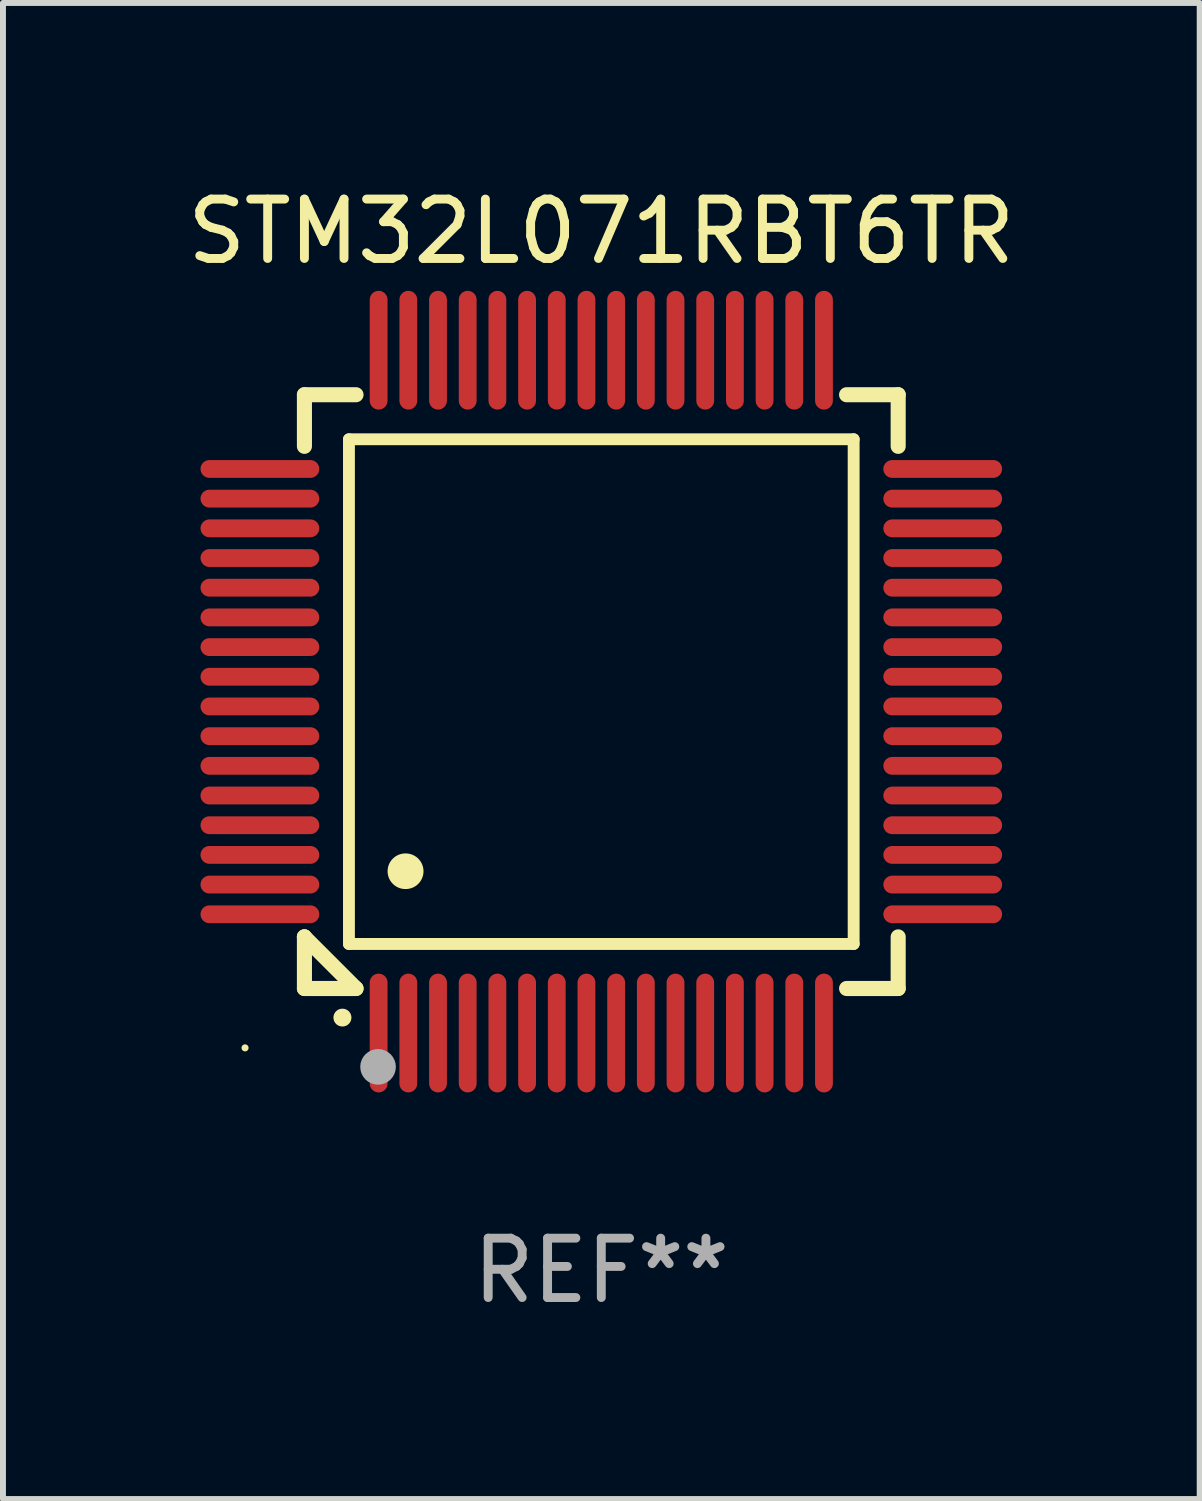
<source format=kicad_pcb>
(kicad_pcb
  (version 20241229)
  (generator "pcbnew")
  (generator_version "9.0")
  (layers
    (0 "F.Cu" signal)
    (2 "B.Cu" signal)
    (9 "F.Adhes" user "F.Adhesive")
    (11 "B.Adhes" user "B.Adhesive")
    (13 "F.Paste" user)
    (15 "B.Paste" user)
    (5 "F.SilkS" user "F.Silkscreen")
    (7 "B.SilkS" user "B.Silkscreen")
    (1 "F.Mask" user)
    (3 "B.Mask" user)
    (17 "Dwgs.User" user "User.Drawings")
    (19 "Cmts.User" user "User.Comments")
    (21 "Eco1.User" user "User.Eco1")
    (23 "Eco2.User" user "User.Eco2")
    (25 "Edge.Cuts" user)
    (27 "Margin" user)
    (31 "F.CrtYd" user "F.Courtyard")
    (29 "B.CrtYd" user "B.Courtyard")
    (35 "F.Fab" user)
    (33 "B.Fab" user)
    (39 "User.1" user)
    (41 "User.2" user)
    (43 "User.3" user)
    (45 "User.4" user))
  (footprint "STM32L071RBT6TR"
    (layer "F.Cu")
    (at 7.077 8.598)
    (property "Reference" "STM32L071RBT6TR" (at 0 -7.75 0) (layer "F.SilkS") (effects (font (size 1 1) (thickness 0.15))))
    (attr through_hole)
    (fp_line (start -5 -5) (end -4.131 -5) (stroke (width 0.254) (type solid)) (layer "F.SilkS"))
    (fp_line (start -5 -4.131) (end -5 -5) (stroke (width 0.254) (type solid)) (layer "F.SilkS"))
    (fp_line (start -5 4.131) (end -5 4.131) (stroke (width 0.254) (type solid)) (layer "F.SilkS"))
    (fp_line (start -5 5) (end -5 4.131) (stroke (width 0.254) (type solid)) (layer "F.SilkS"))
    (fp_line (start -5 4.131) (end -4.131 5) (stroke (width 0.254) (type solid)) (layer "F.SilkS"))
    (fp_line (start -4.25 -4.25) (end -4.25 4.25) (stroke (width 0.2) (type solid)) (layer "F.SilkS"))
    (fp_line (start -4.25 4.25) (end 4.25 4.25) (stroke (width 0.2) (type solid)) (layer "F.SilkS"))
    (fp_line (start -4.131 5) (end -5 5) (stroke (width 0.254) (type solid)) (layer "F.SilkS"))
    (fp_line (start 4.25 -4.25) (end -4.25 -4.25) (stroke (width 0.2) (type solid)) (layer "F.SilkS"))
    (fp_line (start 4.25 4.25) (end 4.25 -4.25) (stroke (width 0.2) (type solid)) (layer "F.SilkS"))
    (fp_line (start 5 -5) (end 4.131 -5) (stroke (width 0.254) (type solid)) (layer "F.SilkS"))
    (fp_line (start 5 -5) (end 5 -4.131) (stroke (width 0.254) (type solid)) (layer "F.SilkS"))
    (fp_line (start 5 4.131) (end 5 5) (stroke (width 0.254) (type solid)) (layer "F.SilkS"))
    (fp_line (start 5 5) (end 4.131 5) (stroke (width 0.254) (type solid)) (layer "F.SilkS"))
    (fp_arc (start -4.361265 5.489992) (mid -4.359995 5.489987) (end -4.358725 5.489992) (stroke (width 0.3) (type solid)) (layer "F.SilkS"))
    (fp_arc (start -3.299467 3.025146) (mid -3.296927 3.025135) (end -3.294387 3.025146) (stroke (width 0.6) (type solid)) (layer "F.SilkS"))
    (fp_circle (center -6 6) (end -5.97 6) (stroke (width 0.06) (type solid)) (fill no) (layer "F.SilkS"))
    (fp_circle (center -3.76 6.32) (end -3.61 6.32) (stroke (width 0.3) (type solid)) (fill no) (layer "F.Fab"))
    (fp_text user "REF**" (at 0 9.75 0) (layer "F.Fab") (effects (font (size 1 1) (thickness 0.15))))
    (pad "1" smd oval (at -3.75 5.75) (size 0.3 2) (layers "F.Cu" "F.Mask" "F.Paste"))
    (pad "2" smd oval (at -3.25 5.75) (size 0.3 2) (layers "F.Cu" "F.Mask" "F.Paste"))
    (pad "3" smd oval (at -2.75 5.75) (size 0.3 2) (layers "F.Cu" "F.Mask" "F.Paste"))
    (pad "4" smd oval (at -2.25 5.75) (size 0.3 2) (layers "F.Cu" "F.Mask" "F.Paste"))
    (pad "5" smd oval (at -1.75 5.75) (size 0.3 2) (layers "F.Cu" "F.Mask" "F.Paste"))
    (pad "6" smd oval (at -1.25 5.75) (size 0.3 2) (layers "F.Cu" "F.Mask" "F.Paste"))
    (pad "7" smd oval (at -0.75 5.75) (size 0.3 2) (layers "F.Cu" "F.Mask" "F.Paste"))
    (pad "8" smd oval (at -0.25 5.75) (size 0.3 2) (layers "F.Cu" "F.Mask" "F.Paste"))
    (pad "9" smd oval (at 0.25 5.75) (size 0.3 2) (layers "F.Cu" "F.Mask" "F.Paste"))
    (pad "10" smd oval (at 0.75 5.75) (size 0.3 2) (layers "F.Cu" "F.Mask" "F.Paste"))
    (pad "11" smd oval (at 1.25 5.75) (size 0.3 2) (layers "F.Cu" "F.Mask" "F.Paste"))
    (pad "12" smd oval (at 1.75 5.75) (size 0.3 2) (layers "F.Cu" "F.Mask" "F.Paste"))
    (pad "13" smd oval (at 2.25 5.75) (size 0.3 2) (layers "F.Cu" "F.Mask" "F.Paste"))
    (pad "14" smd oval (at 2.75 5.75) (size 0.3 2) (layers "F.Cu" "F.Mask" "F.Paste"))
    (pad "15" smd oval (at 3.25 5.75) (size 0.3 2) (layers "F.Cu" "F.Mask" "F.Paste"))
    (pad "16" smd oval (at 3.75 5.75) (size 0.3 2) (layers "F.Cu" "F.Mask" "F.Paste"))
    (pad "17" smd oval (at 5.75 3.75) (size 2 0.3) (layers "F.Cu" "F.Mask" "F.Paste"))
    (pad "18" smd oval (at 5.75 3.25) (size 2 0.3) (layers "F.Cu" "F.Mask" "F.Paste"))
    (pad "19" smd oval (at 5.75 2.75) (size 2 0.3) (layers "F.Cu" "F.Mask" "F.Paste"))
    (pad "20" smd oval (at 5.75 2.25) (size 2 0.3) (layers "F.Cu" "F.Mask" "F.Paste"))
    (pad "21" smd oval (at 5.75 1.75) (size 2 0.3) (layers "F.Cu" "F.Mask" "F.Paste"))
    (pad "22" smd oval (at 5.75 1.25) (size 2 0.3) (layers "F.Cu" "F.Mask" "F.Paste"))
    (pad "23" smd oval (at 5.75 0.75) (size 2 0.3) (layers "F.Cu" "F.Mask" "F.Paste"))
    (pad "24" smd oval (at 5.75 0.25) (size 2 0.3) (layers "F.Cu" "F.Mask" "F.Paste"))
    (pad "25" smd oval (at 5.75 -0.25) (size 2 0.3) (layers "F.Cu" "F.Mask" "F.Paste"))
    (pad "26" smd oval (at 5.75 -0.75) (size 2 0.3) (layers "F.Cu" "F.Mask" "F.Paste"))
    (pad "27" smd oval (at 5.75 -1.25) (size 2 0.3) (layers "F.Cu" "F.Mask" "F.Paste"))
    (pad "28" smd oval (at 5.75 -1.75) (size 2 0.3) (layers "F.Cu" "F.Mask" "F.Paste"))
    (pad "29" smd oval (at 5.75 -2.25) (size 2 0.3) (layers "F.Cu" "F.Mask" "F.Paste"))
    (pad "30" smd oval (at 5.75 -2.75) (size 2 0.3) (layers "F.Cu" "F.Mask" "F.Paste"))
    (pad "31" smd oval (at 5.75 -3.25) (size 2 0.3) (layers "F.Cu" "F.Mask" "F.Paste"))
    (pad "32" smd oval (at 5.75 -3.75) (size 2 0.3) (layers "F.Cu" "F.Mask" "F.Paste"))
    (pad "33" smd oval (at 3.75 -5.75) (size 0.3 2) (layers "F.Cu" "F.Mask" "F.Paste"))
    (pad "34" smd oval (at 3.25 -5.75) (size 0.3 2) (layers "F.Cu" "F.Mask" "F.Paste"))
    (pad "35" smd oval (at 2.75 -5.75) (size 0.3 2) (layers "F.Cu" "F.Mask" "F.Paste"))
    (pad "36" smd oval (at 2.25 -5.75) (size 0.3 2) (layers "F.Cu" "F.Mask" "F.Paste"))
    (pad "37" smd oval (at 1.75 -5.75) (size 0.3 2) (layers "F.Cu" "F.Mask" "F.Paste"))
    (pad "38" smd oval (at 1.25 -5.75) (size 0.3 2) (layers "F.Cu" "F.Mask" "F.Paste"))
    (pad "39" smd oval (at 0.75 -5.75) (size 0.3 2) (layers "F.Cu" "F.Mask" "F.Paste"))
    (pad "40" smd oval (at 0.25 -5.75) (size 0.3 2) (layers "F.Cu" "F.Mask" "F.Paste"))
    (pad "41" smd oval (at -0.25 -5.75) (size 0.3 2) (layers "F.Cu" "F.Mask" "F.Paste"))
    (pad "42" smd oval (at -0.75 -5.75) (size 0.3 2) (layers "F.Cu" "F.Mask" "F.Paste"))
    (pad "43" smd oval (at -1.25 -5.75) (size 0.3 2) (layers "F.Cu" "F.Mask" "F.Paste"))
    (pad "44" smd oval (at -1.75 -5.75) (size 0.3 2) (layers "F.Cu" "F.Mask" "F.Paste"))
    (pad "45" smd oval (at -2.25 -5.75) (size 0.3 2) (layers "F.Cu" "F.Mask" "F.Paste"))
    (pad "46" smd oval (at -2.75 -5.75) (size 0.3 2) (layers "F.Cu" "F.Mask" "F.Paste"))
    (pad "47" smd oval (at -3.25 -5.75) (size 0.3 2) (layers "F.Cu" "F.Mask" "F.Paste"))
    (pad "48" smd oval (at -3.75 -5.75) (size 0.3 2) (layers "F.Cu" "F.Mask" "F.Paste"))
    (pad "49" smd oval (at -5.75 -3.75) (size 2 0.3) (layers "F.Cu" "F.Mask" "F.Paste"))
    (pad "50" smd oval (at -5.75 -3.25) (size 2 0.3) (layers "F.Cu" "F.Mask" "F.Paste"))
    (pad "51" smd oval (at -5.75 -2.75) (size 2 0.3) (layers "F.Cu" "F.Mask" "F.Paste"))
    (pad "52" smd oval (at -5.75 -2.25) (size 2 0.3) (layers "F.Cu" "F.Mask" "F.Paste"))
    (pad "53" smd oval (at -5.75 -1.75) (size 2 0.3) (layers "F.Cu" "F.Mask" "F.Paste"))
    (pad "54" smd oval (at -5.75 -1.25) (size 2 0.3) (layers "F.Cu" "F.Mask" "F.Paste"))
    (pad "55" smd oval (at -5.75 -0.75) (size 2 0.3) (layers "F.Cu" "F.Mask" "F.Paste"))
    (pad "56" smd oval (at -5.75 -0.25) (size 2 0.3) (layers "F.Cu" "F.Mask" "F.Paste"))
    (pad "57" smd oval (at -5.75 0.25) (size 2 0.3) (layers "F.Cu" "F.Mask" "F.Paste"))
    (pad "58" smd oval (at -5.75 0.75) (size 2 0.3) (layers "F.Cu" "F.Mask" "F.Paste"))
    (pad "59" smd oval (at -5.75 1.25) (size 2 0.3) (layers "F.Cu" "F.Mask" "F.Paste"))
    (pad "60" smd oval (at -5.75 1.75) (size 2 0.3) (layers "F.Cu" "F.Mask" "F.Paste"))
    (pad "61" smd oval (at -5.75 2.25) (size 2 0.3) (layers "F.Cu" "F.Mask" "F.Paste"))
    (pad "62" smd oval (at -5.75 2.75) (size 2 0.3) (layers "F.Cu" "F.Mask" "F.Paste"))
    (pad "63" smd oval (at -5.75 3.25) (size 2 0.3) (layers "F.Cu" "F.Mask" "F.Paste"))
    (pad "64" smd oval (at -5.75 3.75) (size 2 0.3) (layers "F.Cu" "F.Mask" "F.Paste")))
  (gr_rect
    (start -3 -3)
    (end 17.155 22.196)
    (stroke (width 0.1) (type default))
    (fill no)
    (layer "Edge.Cuts")))
</source>
